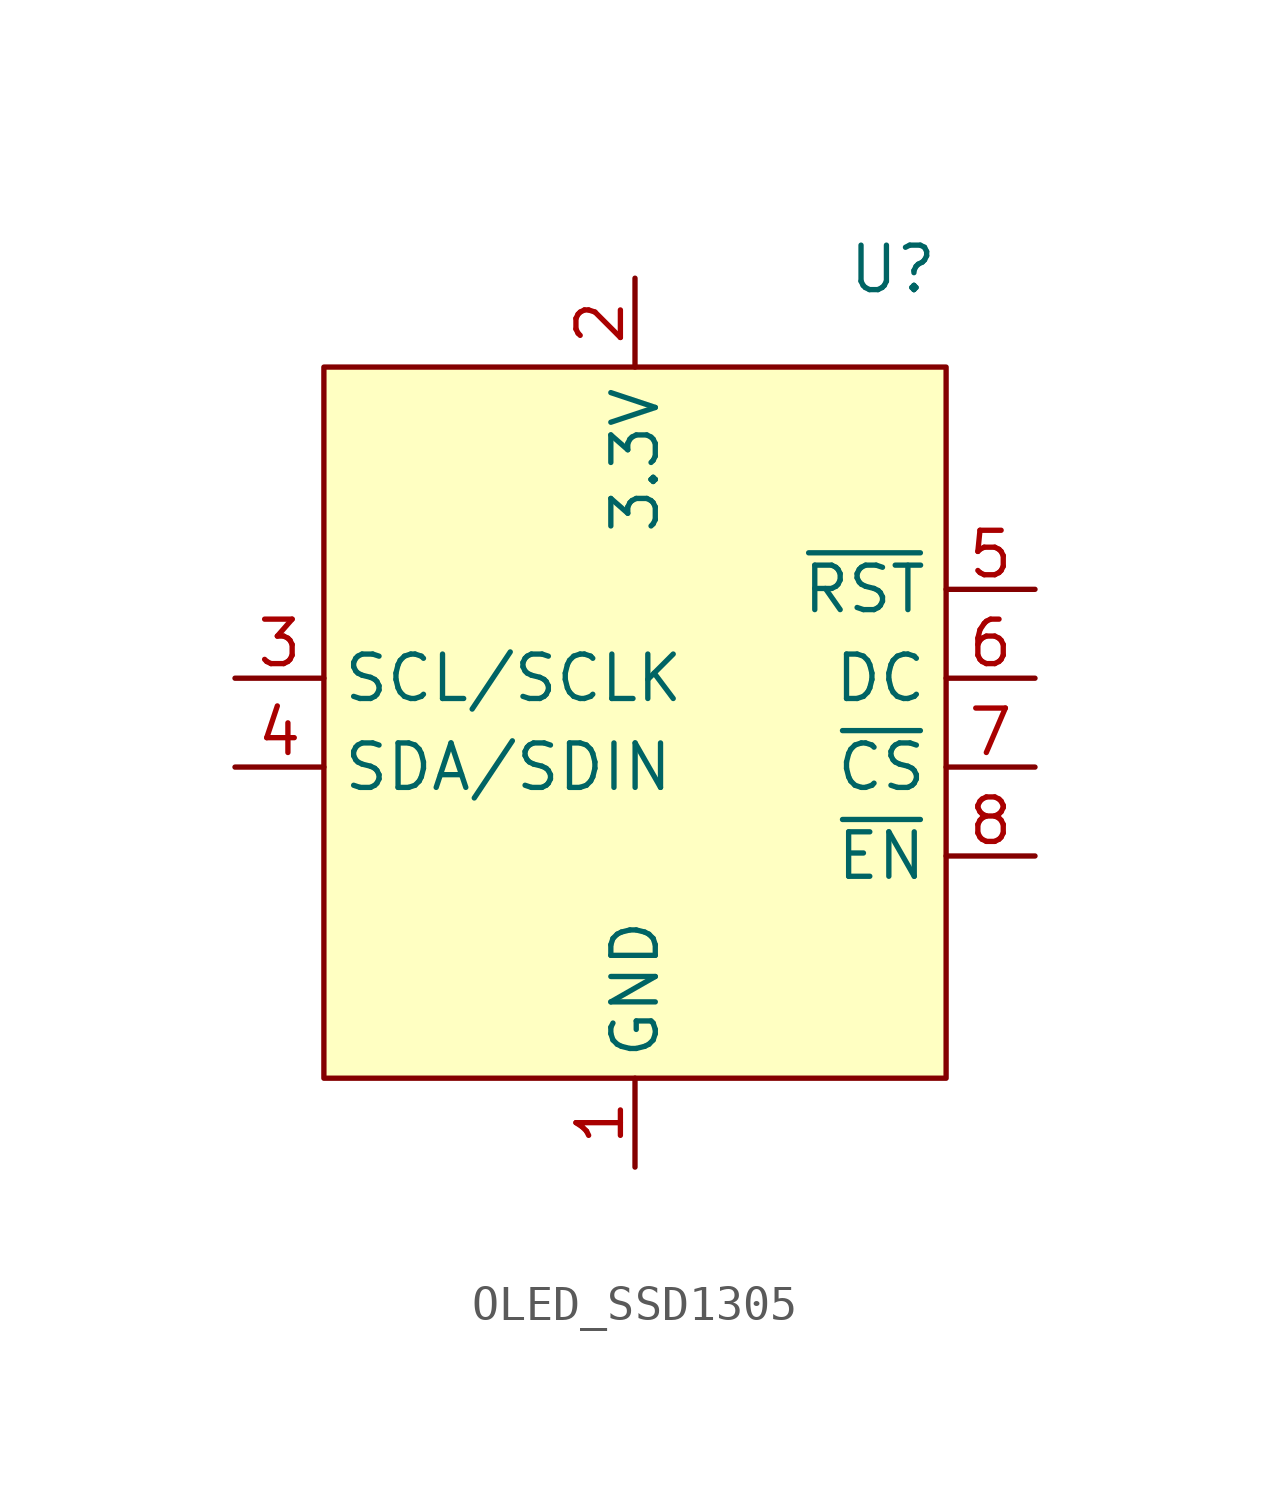
<source format=kicad_sym>
(kicad_symbol_lib
  (version 20241209)
  (generator "kicad_symbol_editor")
  (generator_version "9.0")
  (symbol "OLED_SSD1305"
    (property "Reference" "U"
      (at 7.366 14.224 0)
      (effects (font (size 1.27 1.27))))
    (property "Value" ""
      (at 0 0 0)
      (effects (font (size 1.27 1.27))))
    (symbol "OLED_SSD1305_1_1"
      (rectangle (start -8.89 11.43) (end 8.89 -8.89) (stroke (width 0) (type solid)) (fill (type background)))
      (pin input line (at -11.43 2.54 0) (length 2.54) (name "SCL/SCLK" (effects (font (size 1.27 1.27)))) (number "3" (effects (font (size 1.27 1.27)))))
      (pin input line (at -11.43 0 0) (length 2.54) (name "SDA/SDIN" (effects (font (size 1.27 1.27)))) (number "4" (effects (font (size 1.27 1.27)))))
      (pin power_in line (at 0 13.97 270) (length 2.54) (name "3.3V" (effects (font (size 1.27 1.27)))) (number "2" (effects (font (size 1.27 1.27)))))
      (pin power_in line (at 0 -11.43 90) (length 2.54) (name "GND" (effects (font (size 1.27 1.27)))) (number "1" (effects (font (size 1.27 1.27)))))
      (pin input line (at 11.43 5.08 180) (length 2.54) (name "~{RST}" (effects (font (size 1.27 1.27)))) (number "5" (effects (font (size 1.27 1.27)))))
      (pin input line (at 11.43 2.54 180) (length 2.54) (name "DC" (effects (font (size 1.27 1.27)))) (number "6" (effects (font (size 1.27 1.27)))))
      (pin input line (at 11.43 0 180) (length 2.54) (name "~{CS}" (effects (font (size 1.27 1.27)))) (number "7" (effects (font (size 1.27 1.27)))))
      (pin input line (at 11.43 -2.54 180) (length 2.54) (name "~{EN}" (effects (font (size 1.27 1.27)))) (number "8" (effects (font (size 1.27 1.27))))))))
</source>
